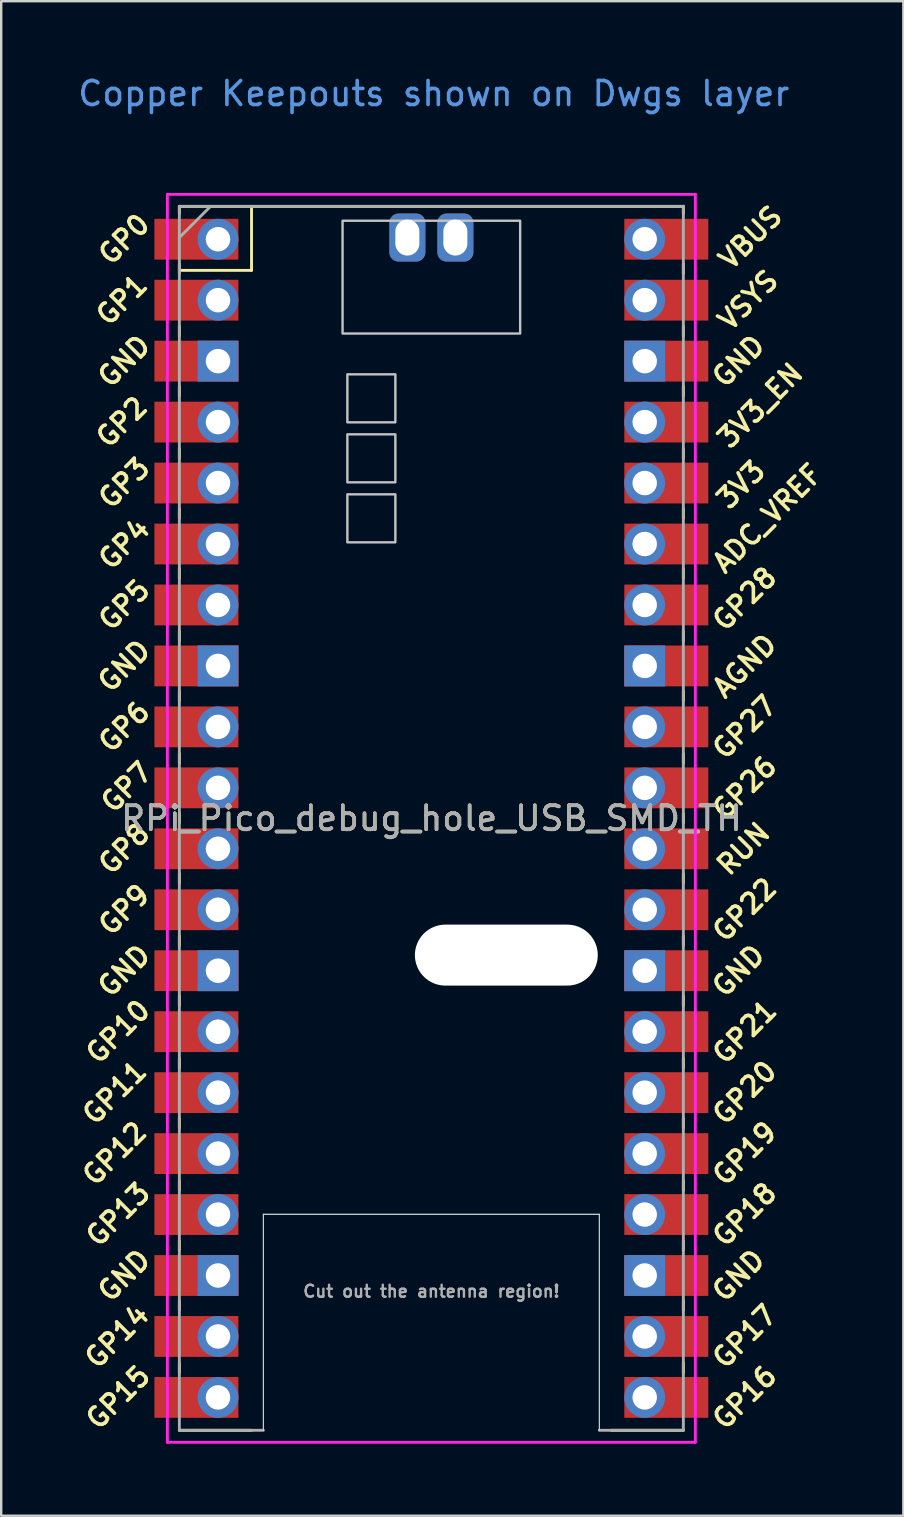
<source format=kicad_pcb>
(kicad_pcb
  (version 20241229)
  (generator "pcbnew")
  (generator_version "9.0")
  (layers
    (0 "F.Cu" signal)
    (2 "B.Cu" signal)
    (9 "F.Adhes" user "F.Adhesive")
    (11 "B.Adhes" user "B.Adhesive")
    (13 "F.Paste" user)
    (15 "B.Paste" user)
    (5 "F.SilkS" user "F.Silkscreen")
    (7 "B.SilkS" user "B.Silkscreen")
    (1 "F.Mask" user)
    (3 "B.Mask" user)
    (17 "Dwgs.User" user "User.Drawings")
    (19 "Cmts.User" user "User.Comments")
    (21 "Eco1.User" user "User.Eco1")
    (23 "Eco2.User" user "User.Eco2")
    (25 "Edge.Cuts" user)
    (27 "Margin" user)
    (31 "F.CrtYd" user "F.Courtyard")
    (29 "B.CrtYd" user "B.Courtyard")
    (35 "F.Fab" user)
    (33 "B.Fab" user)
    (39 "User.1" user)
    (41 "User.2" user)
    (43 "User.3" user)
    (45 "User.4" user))
  (footprint "RPi_Pico_debug_hole_USB_SMD_TH"
    (layer "F.Cu")
    (at 14.924 31.048)
    (property "Reference" "RPi_Pico_debug_hole_USB_SMD_TH" (at 0 0 0) (layer "F.SilkS") (effects (font (size 1 1) (thickness 0.15))))
    (attr through_hole)
    (fp_line (start -10.5 -25.5) (end -10.5 -25.2) (stroke (width 0.12) (type solid)) (layer "F.SilkS"))
    (fp_line (start -10.5 -25.5) (end 10.5 -25.5) (stroke (width 0.12) (type solid)) (layer "F.SilkS"))
    (fp_line (start -10.5 -23.1) (end -10.5 -22.7) (stroke (width 0.12) (type solid)) (layer "F.SilkS"))
    (fp_line (start -10.5 -22.833) (end -7.493 -22.833) (stroke (width 0.12) (type solid)) (layer "F.SilkS"))
    (fp_line (start -10.5 -20.5) (end -10.5 -20.1) (stroke (width 0.12) (type solid)) (layer "F.SilkS"))
    (fp_line (start -10.5 -18) (end -10.5 -17.6) (stroke (width 0.12) (type solid)) (layer "F.SilkS"))
    (fp_line (start -10.5 -15.4) (end -10.5 -15) (stroke (width 0.12) (type solid)) (layer "F.SilkS"))
    (fp_line (start -10.5 -12.9) (end -10.5 -12.5) (stroke (width 0.12) (type solid)) (layer "F.SilkS"))
    (fp_line (start -10.5 -10.4) (end -10.5 -10) (stroke (width 0.12) (type solid)) (layer "F.SilkS"))
    (fp_line (start -10.5 -7.8) (end -10.5 -7.4) (stroke (width 0.12) (type solid)) (layer "F.SilkS"))
    (fp_line (start -10.5 -5.3) (end -10.5 -4.9) (stroke (width 0.12) (type solid)) (layer "F.SilkS"))
    (fp_line (start -10.5 -2.7) (end -10.5 -2.3) (stroke (width 0.12) (type solid)) (layer "F.SilkS"))
    (fp_line (start -10.5 -0.2) (end -10.5 0.2) (stroke (width 0.12) (type solid)) (layer "F.SilkS"))
    (fp_line (start -10.5 2.3) (end -10.5 2.7) (stroke (width 0.12) (type solid)) (layer "F.SilkS"))
    (fp_line (start -10.5 4.9) (end -10.5 5.3) (stroke (width 0.12) (type solid)) (layer "F.SilkS"))
    (fp_line (start -10.5 7.4) (end -10.5 7.8) (stroke (width 0.12) (type solid)) (layer "F.SilkS"))
    (fp_line (start -10.5 10) (end -10.5 10.4) (stroke (width 0.12) (type solid)) (layer "F.SilkS"))
    (fp_line (start -10.5 12.5) (end -10.5 12.9) (stroke (width 0.12) (type solid)) (layer "F.SilkS"))
    (fp_line (start -10.5 15.1) (end -10.5 15.5) (stroke (width 0.12) (type solid)) (layer "F.SilkS"))
    (fp_line (start -10.5 17.6) (end -10.5 18) (stroke (width 0.12) (type solid)) (layer "F.SilkS"))
    (fp_line (start -10.5 20.1) (end -10.5 20.5) (stroke (width 0.12) (type solid)) (layer "F.SilkS"))
    (fp_line (start -10.5 22.7) (end -10.5 23.1) (stroke (width 0.12) (type solid)) (layer "F.SilkS"))
    (fp_line (start -7.5 25.5) (end -10.5 25.5) (stroke (width 0.12) (type solid)) (layer "F.SilkS"))
    (fp_line (start -7.493 -22.833) (end -7.493 -25.5) (stroke (width 0.12) (type solid)) (layer "F.SilkS"))
    (fp_line (start 10.5 -25.5) (end 10.5 -25.2) (stroke (width 0.12) (type solid)) (layer "F.SilkS"))
    (fp_line (start 10.5 -23.1) (end 10.5 -22.7) (stroke (width 0.12) (type solid)) (layer "F.SilkS"))
    (fp_line (start 10.5 -20.5) (end 10.5 -20.1) (stroke (width 0.12) (type solid)) (layer "F.SilkS"))
    (fp_line (start 10.5 -18) (end 10.5 -17.6) (stroke (width 0.12) (type solid)) (layer "F.SilkS"))
    (fp_line (start 10.5 -15.4) (end 10.5 -15) (stroke (width 0.12) (type solid)) (layer "F.SilkS"))
    (fp_line (start 10.5 -12.9) (end 10.5 -12.5) (stroke (width 0.12) (type solid)) (layer "F.SilkS"))
    (fp_line (start 10.5 -10.4) (end 10.5 -10) (stroke (width 0.12) (type solid)) (layer "F.SilkS"))
    (fp_line (start 10.5 -7.8) (end 10.5 -7.4) (stroke (width 0.12) (type solid)) (layer "F.SilkS"))
    (fp_line (start 10.5 -5.3) (end 10.5 -4.9) (stroke (width 0.12) (type solid)) (layer "F.SilkS"))
    (fp_line (start 10.5 -2.7) (end 10.5 -2.3) (stroke (width 0.12) (type solid)) (layer "F.SilkS"))
    (fp_line (start 10.5 -0.2) (end 10.5 0.2) (stroke (width 0.12) (type solid)) (layer "F.SilkS"))
    (fp_line (start 10.5 2.3) (end 10.5 2.7) (stroke (width 0.12) (type solid)) (layer "F.SilkS"))
    (fp_line (start 10.5 4.9) (end 10.5 5.3) (stroke (width 0.12) (type solid)) (layer "F.SilkS"))
    (fp_line (start 10.5 7.4) (end 10.5 7.8) (stroke (width 0.12) (type solid)) (layer "F.SilkS"))
    (fp_line (start 10.5 10) (end 10.5 10.4) (stroke (width 0.12) (type solid)) (layer "F.SilkS"))
    (fp_line (start 10.5 12.5) (end 10.5 12.9) (stroke (width 0.12) (type solid)) (layer "F.SilkS"))
    (fp_line (start 10.5 15.1) (end 10.5 15.5) (stroke (width 0.12) (type solid)) (layer "F.SilkS"))
    (fp_line (start 10.5 17.6) (end 10.5 18) (stroke (width 0.12) (type solid)) (layer "F.SilkS"))
    (fp_line (start 10.5 20.1) (end 10.5 20.5) (stroke (width 0.12) (type solid)) (layer "F.SilkS"))
    (fp_line (start 10.5 22.7) (end 10.5 23.1) (stroke (width 0.12) (type solid)) (layer "F.SilkS"))
    (fp_line (start 10.5 25.5) (end 7.5 25.5) (stroke (width 0.12) (type solid)) (layer "F.SilkS"))
    (fp_poly (pts (xy -1.5 -16.5) (xy -3.5 -16.5) (xy -3.5 -18.5) (xy -1.5 -18.5)) (stroke (width 0.1) (type solid)) (fill no) (layer "Dwgs.User"))
    (fp_poly (pts (xy -1.5 -14) (xy -3.5 -14) (xy -3.5 -16) (xy -1.5 -16)) (stroke (width 0.1) (type solid)) (fill no) (layer "Dwgs.User"))
    (fp_poly (pts (xy -1.5 -11.5) (xy -3.5 -11.5) (xy -3.5 -13.5) (xy -1.5 -13.5)) (stroke (width 0.1) (type solid)) (fill no) (layer "Dwgs.User"))
    (fp_poly (pts (xy 3.7 -20.2) (xy -3.7 -20.2) (xy -3.7 -24.9) (xy 3.7 -24.9)) (stroke (width 0.1) (type solid)) (fill no) (layer "Dwgs.User"))
    (fp_line (start -7 16.5) (end 7 16.5) (stroke (width 0.05) (type default)) (layer "Edge.Cuts"))
    (fp_line (start -7 25.5) (end -7 16.5) (stroke (width 0.05) (type default)) (layer "Edge.Cuts"))
    (fp_line (start 7 16.5) (end 7 25.5) (stroke (width 0.05) (type default)) (layer "Edge.Cuts"))
    (fp_line (start -11 -26) (end 11 -26) (stroke (width 0.12) (type solid)) (layer "F.CrtYd"))
    (fp_line (start -11 26) (end -11 -26) (stroke (width 0.12) (type solid)) (layer "F.CrtYd"))
    (fp_line (start 11 -26) (end 11 26) (stroke (width 0.12) (type solid)) (layer "F.CrtYd"))
    (fp_line (start 11 26) (end -11 26) (stroke (width 0.12) (type solid)) (layer "F.CrtYd"))
    (fp_line (start -10.5 -25.5) (end 10.5 -25.5) (stroke (width 0.12) (type solid)) (layer "F.Fab"))
    (fp_line (start -10.5 -24.2) (end -9.2 -25.5) (stroke (width 0.12) (type solid)) (layer "F.Fab"))
    (fp_line (start -10.5 25.5) (end -10.5 -25.5) (stroke (width 0.12) (type solid)) (layer "F.Fab"))
    (fp_line (start -7 25.5) (end -10.5 25.5) (stroke (width 0.12) (type solid)) (layer "F.Fab"))
    (fp_line (start 10.5 -25.5) (end 10.5 25.5) (stroke (width 0.12) (type solid)) (layer "F.Fab"))
    (fp_line (start 10.5 25.5) (end 7 25.5) (stroke (width 0.12) (type solid)) (layer "F.Fab"))
    (fp_text user "GND" (at -12.8 6.35 45) (layer "F.SilkS") (effects (font (size 0.8 0.8) (thickness 0.15))))
    (fp_text user "3V3" (at 12.9 -13.9 45) (layer "F.SilkS") (effects (font (size 0.8 0.8) (thickness 0.15))))
    (fp_text user "GP6" (at -12.8 -3.81 45) (layer "F.SilkS") (effects (font (size 0.8 0.8) (thickness 0.15))))
    (fp_text user "GP3" (at -12.8 -13.97 45) (layer "F.SilkS") (effects (font (size 0.8 0.8) (thickness 0.15))))
    (fp_text user "GP28" (at 13.054 -9.144 45) (layer "F.SilkS") (effects (font (size 0.8 0.8) (thickness 0.15))))
    (fp_text user "GP22" (at 13.054 3.81 45) (layer "F.SilkS") (effects (font (size 0.8 0.8) (thickness 0.15))))
    (fp_text user "GP10" (at -13.054 8.89 45) (layer "F.SilkS") (effects (font (size 0.8 0.8) (thickness 0.15))))
    (fp_text user "GND" (at 12.8 -19.05 45) (layer "F.SilkS") (effects (font (size 0.8 0.8) (thickness 0.15))))
    (fp_text user "GP21" (at 13.054 8.9 45) (layer "F.SilkS") (effects (font (size 0.8 0.8) (thickness 0.15))))
    (fp_text user "RUN" (at 13 1.27 45) (layer "F.SilkS") (effects (font (size 0.8 0.8) (thickness 0.15))))
    (fp_text user "GP18" (at 13.054 16.51 45) (layer "F.SilkS") (effects (font (size 0.8 0.8) (thickness 0.15))))
    (fp_text user "GP16" (at 13.054 24.13 45) (layer "F.SilkS") (effects (font (size 0.8 0.8) (thickness 0.15))))
    (fp_text user "GP26" (at 13.054 -1.27 45) (layer "F.SilkS") (effects (font (size 0.8 0.8) (thickness 0.15))))
    (fp_text user "GP14" (at -13.1 21.59 45) (layer "F.SilkS") (effects (font (size 0.8 0.8) (thickness 0.15))))
    (fp_text user "GP27" (at 13.054 -3.8 45) (layer "F.SilkS") (effects (font (size 0.8 0.8) (thickness 0.15))))
    (fp_text user "GP20" (at 13.054 11.43 45) (layer "F.SilkS") (effects (font (size 0.8 0.8) (thickness 0.15))))
    (fp_text user "GP0" (at -12.8 -24.13 45) (layer "F.SilkS") (effects (font (size 0.8 0.8) (thickness 0.15))))
    (fp_text user "GND" (at -12.8 -19.05 45) (layer "F.SilkS") (effects (font (size 0.8 0.8) (thickness 0.15))))
    (fp_text user "GP4" (at -12.8 -11.43 45) (layer "F.SilkS") (effects (font (size 0.8 0.8) (thickness 0.15))))
    (fp_text user "GP5" (at -12.8 -8.89 45) (layer "F.SilkS") (effects (font (size 0.8 0.8) (thickness 0.15))))
    (fp_text user "ADC_VREF" (at 14 -12.5 45) (layer "F.SilkS") (effects (font (size 0.8 0.8) (thickness 0.15))))
    (fp_text user "GP13" (at -13.054 16.51 45) (layer "F.SilkS") (effects (font (size 0.8 0.8) (thickness 0.15))))
    (fp_text user "GP7" (at -12.7 -1.3 45) (layer "F.SilkS") (effects (font (size 0.8 0.8) (thickness 0.15))))
    (fp_text user "GP11" (at -13.2 11.43 45) (layer "F.SilkS") (effects (font (size 0.8 0.8) (thickness 0.15))))
    (fp_text user "GND" (at -12.8 -6.35 45) (layer "F.SilkS") (effects (font (size 0.8 0.8) (thickness 0.15))))
    (fp_text user "GP15" (at -13.054 24.13 45) (layer "F.SilkS") (effects (font (size 0.8 0.8) (thickness 0.15))))
    (fp_text user "GP12" (at -13.2 13.97 45) (layer "F.SilkS") (effects (font (size 0.8 0.8) (thickness 0.15))))
    (fp_text user "GND" (at -12.8 19.05 45) (layer "F.SilkS") (effects (font (size 0.8 0.8) (thickness 0.15))))
    (fp_text user "GP8" (at -12.8 1.27 45) (layer "F.SilkS") (effects (font (size 0.8 0.8) (thickness 0.15))))
    (fp_text user "GND" (at 12.8 19.05 45) (layer "F.SilkS") (effects (font (size 0.8 0.8) (thickness 0.15))))
    (fp_text user "VBUS" (at 13.3 -24.2 45) (layer "F.SilkS") (effects (font (size 0.8 0.8) (thickness 0.15))))
    (fp_text user "GP19" (at 13.054 13.97 45) (layer "F.SilkS") (effects (font (size 0.8 0.8) (thickness 0.15))))
    (fp_text user "GND" (at 12.8 6.35 45) (layer "F.SilkS") (effects (font (size 0.8 0.8) (thickness 0.15))))
    (fp_text user "GP9" (at -12.8 3.81 45) (layer "F.SilkS") (effects (font (size 0.8 0.8) (thickness 0.15))))
    (fp_text user "GP17" (at 13.054 21.59 45) (layer "F.SilkS") (effects (font (size 0.8 0.8) (thickness 0.15))))
    (fp_text user "GP2" (at -12.9 -16.51 45) (layer "F.SilkS") (effects (font (size 0.8 0.8) (thickness 0.15))))
    (fp_text user "AGND" (at 13.054 -6.35 45) (layer "F.SilkS") (effects (font (size 0.8 0.8) (thickness 0.15))))
    (fp_text user "VSYS" (at 13.2 -21.59 45) (layer "F.SilkS") (effects (font (size 0.8 0.8) (thickness 0.15))))
    (fp_text user "3V3_EN" (at 13.7 -17.2 45) (layer "F.SilkS") (effects (font (size 0.8 0.8) (thickness 0.15))))
    (fp_text user "GP1" (at -12.9 -21.6 45) (layer "F.SilkS") (effects (font (size 0.8 0.8) (thickness 0.15))))
    (fp_text user "Copper Keepouts shown on Dwgs layer" (at 0.1 -30.2 0) (layer "Cmts.User") (effects (font (size 1 1) (thickness 0.15))))
    (fp_text user "Cut out the antenna region!" (at 0 20 0) (unlocked yes) (layer "F.Fab") (effects (font (size 0.5 0.5) (thickness 0.1) (bold yes)) (justify bottom)))
    (fp_text user "${REFERENCE}" (at 0 0 180) (layer "F.Fab") (effects (font (size 1 1) (thickness 0.15))))
    (pad "" np_thru_hole oval (at 3.124 5.7) (size 7.62 2.54) (drill oval 7.62 2.54) (layers "*.Cu" "*.Mask"))
    (pad "1" thru_hole oval (at -8.89 -24.13) (size 1.7 1.7) (drill 1.02) (layers "*.Cu" "*.Mask"))
    (pad "1" smd rect (at -8.89 -24.13) (size 3.5 1.7) (drill (offset -0.9 0)) (layers "F.Cu" "F.Mask"))
    (pad "2" thru_hole oval (at -8.89 -21.59) (size 1.7 1.7) (drill 1.02) (layers "*.Cu" "*.Mask"))
    (pad "2" smd rect (at -8.89 -21.59) (size 3.5 1.7) (drill (offset -0.9 0)) (layers "F.Cu" "F.Mask"))
    (pad "3" thru_hole rect (at -8.89 -19.05) (size 1.7 1.7) (drill 1.02) (layers "*.Cu" "*.Mask"))
    (pad "3" smd rect (at -8.89 -19.05) (size 3.5 1.7) (drill (offset -0.9 0)) (layers "F.Cu" "F.Mask"))
    (pad "4" thru_hole oval (at -8.89 -16.51) (size 1.7 1.7) (drill 1.02) (layers "*.Cu" "*.Mask"))
    (pad "4" smd rect (at -8.89 -16.51) (size 3.5 1.7) (drill (offset -0.9 0)) (layers "F.Cu" "F.Mask"))
    (pad "5" thru_hole oval (at -8.89 -13.97) (size 1.7 1.7) (drill 1.02) (layers "*.Cu" "*.Mask"))
    (pad "5" smd rect (at -8.89 -13.97) (size 3.5 1.7) (drill (offset -0.9 0)) (layers "F.Cu" "F.Mask"))
    (pad "6" thru_hole oval (at -8.89 -11.43) (size 1.7 1.7) (drill 1.02) (layers "*.Cu" "*.Mask"))
    (pad "6" smd rect (at -8.89 -11.43) (size 3.5 1.7) (drill (offset -0.9 0)) (layers "F.Cu" "F.Mask"))
    (pad "7" thru_hole oval (at -8.89 -8.89) (size 1.7 1.7) (drill 1.02) (layers "*.Cu" "*.Mask"))
    (pad "7" smd rect (at -8.89 -8.89) (size 3.5 1.7) (drill (offset -0.9 0)) (layers "F.Cu" "F.Mask"))
    (pad "8" thru_hole rect (at -8.89 -6.35) (size 1.7 1.7) (drill 1.02) (layers "*.Cu" "*.Mask"))
    (pad "8" smd rect (at -8.89 -6.35) (size 3.5 1.7) (drill (offset -0.9 0)) (layers "F.Cu" "F.Mask"))
    (pad "9" thru_hole oval (at -8.89 -3.81) (size 1.7 1.7) (drill 1.02) (layers "*.Cu" "*.Mask"))
    (pad "9" smd rect (at -8.89 -3.81) (size 3.5 1.7) (drill (offset -0.9 0)) (layers "F.Cu" "F.Mask"))
    (pad "10" thru_hole oval (at -8.89 -1.27) (size 1.7 1.7) (drill 1.02) (layers "*.Cu" "*.Mask"))
    (pad "10" smd rect (at -8.89 -1.27) (size 3.5 1.7) (drill (offset -0.9 0)) (layers "F.Cu" "F.Mask"))
    (pad "11" thru_hole oval (at -8.89 1.27) (size 1.7 1.7) (drill 1.02) (layers "*.Cu" "*.Mask"))
    (pad "11" smd rect (at -8.89 1.27) (size 3.5 1.7) (drill (offset -0.9 0)) (layers "F.Cu" "F.Mask"))
    (pad "12" thru_hole oval (at -8.89 3.81) (size 1.7 1.7) (drill 1.02) (layers "*.Cu" "*.Mask"))
    (pad "12" smd rect (at -8.89 3.81) (size 3.5 1.7) (drill (offset -0.9 0)) (layers "F.Cu" "F.Mask"))
    (pad "13" thru_hole rect (at -8.89 6.35) (size 1.7 1.7) (drill 1.02) (layers "*.Cu" "*.Mask"))
    (pad "13" smd rect (at -8.89 6.35) (size 3.5 1.7) (drill (offset -0.9 0)) (layers "F.Cu" "F.Mask"))
    (pad "14" thru_hole oval (at -8.89 8.89) (size 1.7 1.7) (drill 1.02) (layers "*.Cu" "*.Mask"))
    (pad "14" smd rect (at -8.89 8.89) (size 3.5 1.7) (drill (offset -0.9 0)) (layers "F.Cu" "F.Mask"))
    (pad "15" thru_hole oval (at -8.89 11.43) (size 1.7 1.7) (drill 1.02) (layers "*.Cu" "*.Mask"))
    (pad "15" smd rect (at -8.89 11.43) (size 3.5 1.7) (drill (offset -0.9 0)) (layers "F.Cu" "F.Mask"))
    (pad "16" thru_hole oval (at -8.89 13.97) (size 1.7 1.7) (drill 1.02) (layers "*.Cu" "*.Mask"))
    (pad "16" smd rect (at -8.89 13.97) (size 3.5 1.7) (drill (offset -0.9 0)) (layers "F.Cu" "F.Mask"))
    (pad "17" thru_hole oval (at -8.89 16.51) (size 1.7 1.7) (drill 1.02) (layers "*.Cu" "*.Mask"))
    (pad "17" smd rect (at -8.89 16.51) (size 3.5 1.7) (drill (offset -0.9 0)) (layers "F.Cu" "F.Mask"))
    (pad "18" thru_hole rect (at -8.89 19.05) (size 1.7 1.7) (drill 1.02) (layers "*.Cu" "*.Mask"))
    (pad "18" smd rect (at -8.89 19.05) (size 3.5 1.7) (drill (offset -0.9 0)) (layers "F.Cu" "F.Mask"))
    (pad "19" thru_hole oval (at -8.89 21.59) (size 1.7 1.7) (drill 1.02) (layers "*.Cu" "*.Mask"))
    (pad "19" smd rect (at -8.89 21.59) (size 3.5 1.7) (drill (offset -0.9 0)) (layers "F.Cu" "F.Mask"))
    (pad "20" thru_hole oval (at -8.89 24.13) (size 1.7 1.7) (drill 1.02) (layers "*.Cu" "*.Mask"))
    (pad "20" smd rect (at -8.89 24.13) (size 3.5 1.7) (drill (offset -0.9 0)) (layers "F.Cu" "F.Mask"))
    (pad "21" thru_hole oval (at 8.89 24.13) (size 1.7 1.7) (drill 1.02) (layers "*.Cu" "*.Mask"))
    (pad "21" smd rect (at 8.89 24.13) (size 3.5 1.7) (drill (offset 0.9 0)) (layers "F.Cu" "F.Mask"))
    (pad "22" thru_hole oval (at 8.89 21.59) (size 1.7 1.7) (drill 1.02) (layers "*.Cu" "*.Mask"))
    (pad "22" smd rect (at 8.89 21.59) (size 3.5 1.7) (drill (offset 0.9 0)) (layers "F.Cu" "F.Mask"))
    (pad "23" thru_hole rect (at 8.89 19.05) (size 1.7 1.7) (drill 1.02) (layers "*.Cu" "*.Mask"))
    (pad "23" smd rect (at 8.89 19.05) (size 3.5 1.7) (drill (offset 0.9 0)) (layers "F.Cu" "F.Mask"))
    (pad "24" thru_hole oval (at 8.89 16.51) (size 1.7 1.7) (drill 1.02) (layers "*.Cu" "*.Mask"))
    (pad "24" smd rect (at 8.89 16.51) (size 3.5 1.7) (drill (offset 0.9 0)) (layers "F.Cu" "F.Mask"))
    (pad "25" thru_hole oval (at 8.89 13.97) (size 1.7 1.7) (drill 1.02) (layers "*.Cu" "*.Mask"))
    (pad "25" smd rect (at 8.89 13.97) (size 3.5 1.7) (drill (offset 0.9 0)) (layers "F.Cu" "F.Mask"))
    (pad "26" thru_hole oval (at 8.89 11.43) (size 1.7 1.7) (drill 1.02) (layers "*.Cu" "*.Mask"))
    (pad "26" smd rect (at 8.89 11.43) (size 3.5 1.7) (drill (offset 0.9 0)) (layers "F.Cu" "F.Mask"))
    (pad "27" thru_hole oval (at 8.89 8.89) (size 1.7 1.7) (drill 1.02) (layers "*.Cu" "*.Mask"))
    (pad "27" smd rect (at 8.89 8.89) (size 3.5 1.7) (drill (offset 0.9 0)) (layers "F.Cu" "F.Mask"))
    (pad "28" thru_hole rect (at 8.89 6.35) (size 1.7 1.7) (drill 1.02) (layers "*.Cu" "*.Mask"))
    (pad "28" smd rect (at 8.89 6.35) (size 3.5 1.7) (drill (offset 0.9 0)) (layers "F.Cu" "F.Mask"))
    (pad "29" thru_hole oval (at 8.89 3.81) (size 1.7 1.7) (drill 1.02) (layers "*.Cu" "*.Mask"))
    (pad "29" smd rect (at 8.89 3.81) (size 3.5 1.7) (drill (offset 0.9 0)) (layers "F.Cu" "F.Mask"))
    (pad "30" thru_hole oval (at 8.89 1.27) (size 1.7 1.7) (drill 1.02) (layers "*.Cu" "*.Mask"))
    (pad "30" smd rect (at 8.89 1.27) (size 3.5 1.7) (drill (offset 0.9 0)) (layers "F.Cu" "F.Mask"))
    (pad "31" thru_hole oval (at 8.89 -1.27) (size 1.7 1.7) (drill 1.02) (layers "*.Cu" "*.Mask"))
    (pad "31" smd rect (at 8.89 -1.27) (size 3.5 1.7) (drill (offset 0.9 0)) (layers "F.Cu" "F.Mask"))
    (pad "32" thru_hole oval (at 8.89 -3.81) (size 1.7 1.7) (drill 1.02) (layers "*.Cu" "*.Mask"))
    (pad "32" smd rect (at 8.89 -3.81) (size 3.5 1.7) (drill (offset 0.9 0)) (layers "F.Cu" "F.Mask"))
    (pad "33" thru_hole rect (at 8.89 -6.35) (size 1.7 1.7) (drill 1.02) (layers "*.Cu" "*.Mask"))
    (pad "33" smd rect (at 8.89 -6.35) (size 3.5 1.7) (drill (offset 0.9 0)) (layers "F.Cu" "F.Mask"))
    (pad "34" thru_hole oval (at 8.89 -8.89) (size 1.7 1.7) (drill 1.02) (layers "*.Cu" "*.Mask"))
    (pad "34" smd rect (at 8.89 -8.89) (size 3.5 1.7) (drill (offset 0.9 0)) (layers "F.Cu" "F.Mask"))
    (pad "35" thru_hole oval (at 8.89 -11.43) (size 1.7 1.7) (drill 1.02) (layers "*.Cu" "*.Mask"))
    (pad "35" smd rect (at 8.89 -11.43) (size 3.5 1.7) (drill (offset 0.9 0)) (layers "F.Cu" "F.Mask"))
    (pad "36" thru_hole oval (at 8.89 -13.97) (size 1.7 1.7) (drill 1.02) (layers "*.Cu" "*.Mask"))
    (pad "36" smd rect (at 8.89 -13.97) (size 3.5 1.7) (drill (offset 0.9 0)) (layers "F.Cu" "F.Mask"))
    (pad "37" thru_hole oval (at 8.89 -16.51) (size 1.7 1.7) (drill 1.02) (layers "*.Cu" "*.Mask"))
    (pad "37" smd rect (at 8.89 -16.51) (size 3.5 1.7) (drill (offset 0.9 0)) (layers "F.Cu" "F.Mask"))
    (pad "38" thru_hole rect (at 8.89 -19.05) (size 1.7 1.7) (drill 1.02) (layers "*.Cu" "*.Mask"))
    (pad "38" smd rect (at 8.89 -19.05) (size 3.5 1.7) (drill (offset 0.9 0)) (layers "F.Cu" "F.Mask"))
    (pad "39" thru_hole oval (at 8.89 -21.59) (size 1.7 1.7) (drill 1.02) (layers "*.Cu" "*.Mask"))
    (pad "39" smd rect (at 8.89 -21.59) (size 3.5 1.7) (drill (offset 0.9 0)) (layers "F.Cu" "F.Mask"))
    (pad "40" thru_hole oval (at 8.89 -24.13) (size 1.7 1.7) (drill 1.02) (layers "*.Cu" "*.Mask"))
    (pad "40" smd rect (at 8.89 -24.13) (size 3.5 1.7) (drill (offset 0.9 0)) (layers "F.Cu" "F.Mask"))
    (pad "44" thru_hole roundrect (at 1 -24.2) (size 1.5 2) (drill oval 1 1.5) (layers "*.Cu" "*.Mask") (roundrect_rratio 0.25))
    (pad "45" thru_hole roundrect (at -1 -24.2) (size 1.5 2) (drill oval 1 1.5) (layers "*.Cu" "*.Mask") (roundrect_rratio 0.25)))
  (gr_rect
    (start -3 -3)
    (end 34.591 60.108)
    (stroke (width 0.1) (type default))
    (fill no)
    (layer "Edge.Cuts")))
</source>
